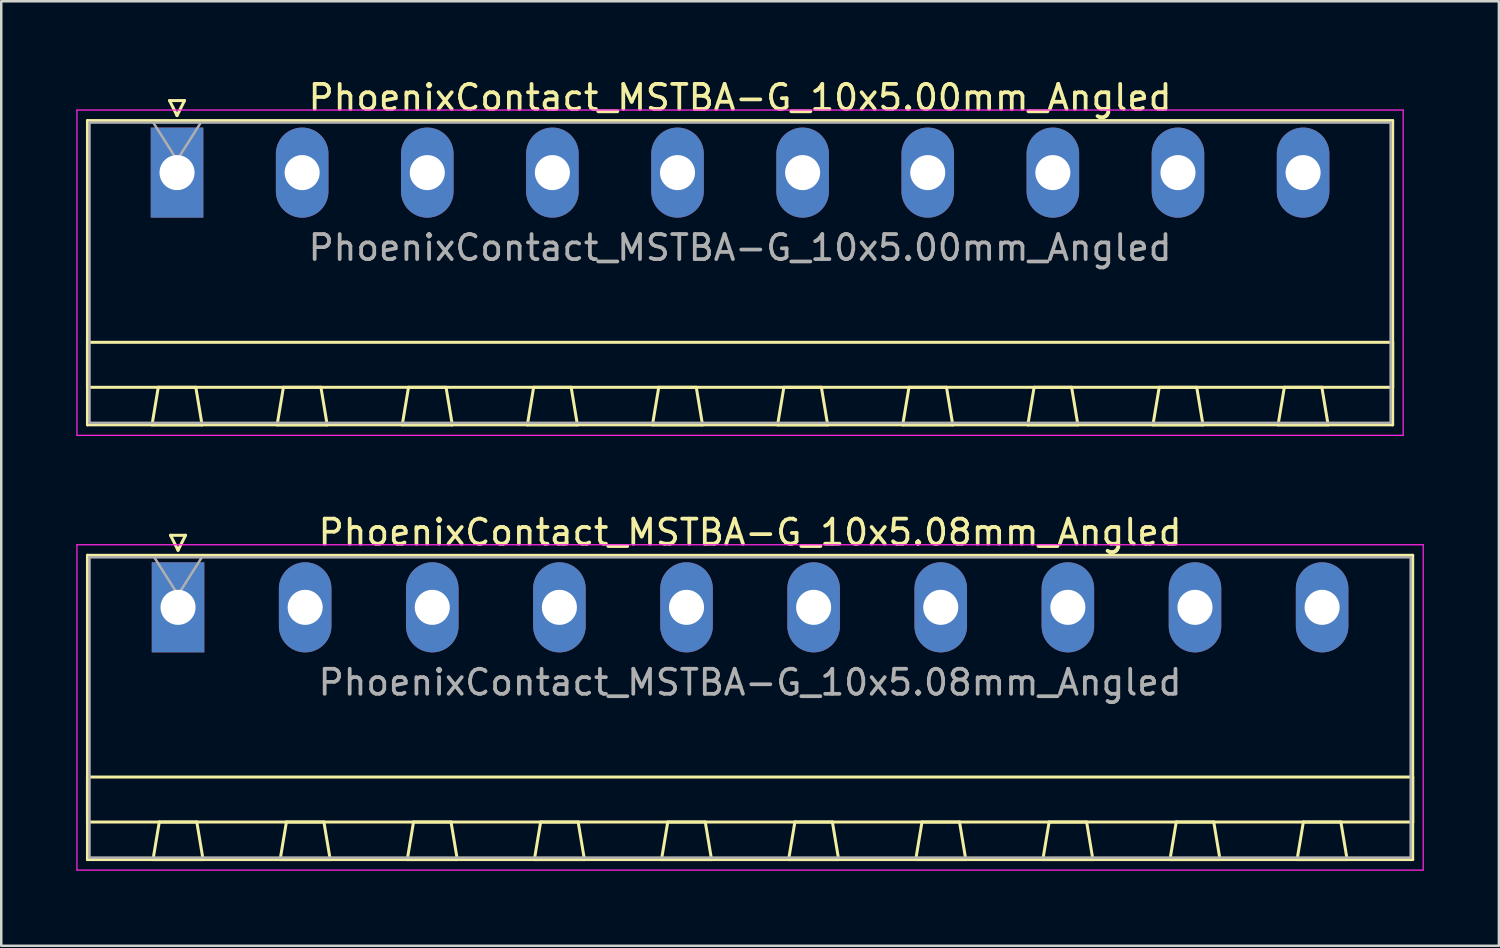
<source format=kicad_pcb>
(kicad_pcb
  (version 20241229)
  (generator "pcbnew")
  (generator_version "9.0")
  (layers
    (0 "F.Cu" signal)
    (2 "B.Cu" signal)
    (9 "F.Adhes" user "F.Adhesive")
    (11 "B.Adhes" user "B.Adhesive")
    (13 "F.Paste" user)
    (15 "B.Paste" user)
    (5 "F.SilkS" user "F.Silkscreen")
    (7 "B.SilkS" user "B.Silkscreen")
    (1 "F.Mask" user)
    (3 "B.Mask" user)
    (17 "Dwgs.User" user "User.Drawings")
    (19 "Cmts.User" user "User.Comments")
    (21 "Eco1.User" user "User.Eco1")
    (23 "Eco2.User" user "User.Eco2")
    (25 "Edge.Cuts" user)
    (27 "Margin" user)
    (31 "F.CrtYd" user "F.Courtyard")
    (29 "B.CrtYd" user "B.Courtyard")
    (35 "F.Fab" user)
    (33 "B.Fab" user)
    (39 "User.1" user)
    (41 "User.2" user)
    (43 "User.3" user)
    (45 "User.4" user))
  (footprint "PhoenixContact_MSTBA-G_10x5.08mm_Angled"
    (layer "F.Cu")
    (at 4.065 21.221)
    (property "Reference" "PhoenixContact_MSTBA-G_10x5.08mm_Angled" (at 22.86 -3 0) (layer "F.SilkS") (effects (font (size 1 1) (thickness 0.15))))
    (attr through_hole)
    (fp_line (start -3.62 -2.08) (end -3.62 10.08) (stroke (width 0.12) (type solid)) (layer "F.SilkS"))
    (fp_line (start -3.62 6.78) (end 49.34 6.78) (stroke (width 0.12) (type solid)) (layer "F.SilkS"))
    (fp_line (start -3.62 8.58) (end -3.62 6.78) (stroke (width 0.12) (type solid)) (layer "F.SilkS"))
    (fp_line (start -3.62 10.08) (end 49.34 10.08) (stroke (width 0.12) (type solid)) (layer "F.SilkS"))
    (fp_line (start -1 10.08) (end 1 10.08) (stroke (width 0.12) (type solid)) (layer "F.SilkS"))
    (fp_line (start -0.75 8.58) (end -1 10.08) (stroke (width 0.12) (type solid)) (layer "F.SilkS"))
    (fp_line (start -0.3 -2.88) (end 0.3 -2.88) (stroke (width 0.12) (type solid)) (layer "F.SilkS"))
    (fp_line (start 0 -2.28) (end -0.3 -2.88) (stroke (width 0.12) (type solid)) (layer "F.SilkS"))
    (fp_line (start 0.3 -2.88) (end 0 -2.28) (stroke (width 0.12) (type solid)) (layer "F.SilkS"))
    (fp_line (start 0.75 8.58) (end -0.75 8.58) (stroke (width 0.12) (type solid)) (layer "F.SilkS"))
    (fp_line (start 1 10.08) (end 0.75 8.58) (stroke (width 0.12) (type solid)) (layer "F.SilkS"))
    (fp_line (start 4.08 10.08) (end 6.08 10.08) (stroke (width 0.12) (type solid)) (layer "F.SilkS"))
    (fp_line (start 4.33 8.58) (end 4.08 10.08) (stroke (width 0.12) (type solid)) (layer "F.SilkS"))
    (fp_line (start 5.83 8.58) (end 4.33 8.58) (stroke (width 0.12) (type solid)) (layer "F.SilkS"))
    (fp_line (start 6.08 10.08) (end 5.83 8.58) (stroke (width 0.12) (type solid)) (layer "F.SilkS"))
    (fp_line (start 9.16 10.08) (end 11.16 10.08) (stroke (width 0.12) (type solid)) (layer "F.SilkS"))
    (fp_line (start 9.41 8.58) (end 9.16 10.08) (stroke (width 0.12) (type solid)) (layer "F.SilkS"))
    (fp_line (start 10.91 8.58) (end 9.41 8.58) (stroke (width 0.12) (type solid)) (layer "F.SilkS"))
    (fp_line (start 11.16 10.08) (end 10.91 8.58) (stroke (width 0.12) (type solid)) (layer "F.SilkS"))
    (fp_line (start 14.24 10.08) (end 16.24 10.08) (stroke (width 0.12) (type solid)) (layer "F.SilkS"))
    (fp_line (start 14.49 8.58) (end 14.24 10.08) (stroke (width 0.12) (type solid)) (layer "F.SilkS"))
    (fp_line (start 15.99 8.58) (end 14.49 8.58) (stroke (width 0.12) (type solid)) (layer "F.SilkS"))
    (fp_line (start 16.24 10.08) (end 15.99 8.58) (stroke (width 0.12) (type solid)) (layer "F.SilkS"))
    (fp_line (start 19.32 10.08) (end 21.32 10.08) (stroke (width 0.12) (type solid)) (layer "F.SilkS"))
    (fp_line (start 19.57 8.58) (end 19.32 10.08) (stroke (width 0.12) (type solid)) (layer "F.SilkS"))
    (fp_line (start 21.07 8.58) (end 19.57 8.58) (stroke (width 0.12) (type solid)) (layer "F.SilkS"))
    (fp_line (start 21.32 10.08) (end 21.07 8.58) (stroke (width 0.12) (type solid)) (layer "F.SilkS"))
    (fp_line (start 24.4 10.08) (end 26.4 10.08) (stroke (width 0.12) (type solid)) (layer "F.SilkS"))
    (fp_line (start 24.65 8.58) (end 24.4 10.08) (stroke (width 0.12) (type solid)) (layer "F.SilkS"))
    (fp_line (start 26.15 8.58) (end 24.65 8.58) (stroke (width 0.12) (type solid)) (layer "F.SilkS"))
    (fp_line (start 26.4 10.08) (end 26.15 8.58) (stroke (width 0.12) (type solid)) (layer "F.SilkS"))
    (fp_line (start 29.48 10.08) (end 31.48 10.08) (stroke (width 0.12) (type solid)) (layer "F.SilkS"))
    (fp_line (start 29.73 8.58) (end 29.48 10.08) (stroke (width 0.12) (type solid)) (layer "F.SilkS"))
    (fp_line (start 31.23 8.58) (end 29.73 8.58) (stroke (width 0.12) (type solid)) (layer "F.SilkS"))
    (fp_line (start 31.48 10.08) (end 31.23 8.58) (stroke (width 0.12) (type solid)) (layer "F.SilkS"))
    (fp_line (start 34.56 10.08) (end 36.56 10.08) (stroke (width 0.12) (type solid)) (layer "F.SilkS"))
    (fp_line (start 34.81 8.58) (end 34.56 10.08) (stroke (width 0.12) (type solid)) (layer "F.SilkS"))
    (fp_line (start 36.31 8.58) (end 34.81 8.58) (stroke (width 0.12) (type solid)) (layer "F.SilkS"))
    (fp_line (start 36.56 10.08) (end 36.31 8.58) (stroke (width 0.12) (type solid)) (layer "F.SilkS"))
    (fp_line (start 39.64 10.08) (end 41.64 10.08) (stroke (width 0.12) (type solid)) (layer "F.SilkS"))
    (fp_line (start 39.89 8.58) (end 39.64 10.08) (stroke (width 0.12) (type solid)) (layer "F.SilkS"))
    (fp_line (start 41.39 8.58) (end 39.89 8.58) (stroke (width 0.12) (type solid)) (layer "F.SilkS"))
    (fp_line (start 41.64 10.08) (end 41.39 8.58) (stroke (width 0.12) (type solid)) (layer "F.SilkS"))
    (fp_line (start 44.72 10.08) (end 46.72 10.08) (stroke (width 0.12) (type solid)) (layer "F.SilkS"))
    (fp_line (start 44.97 8.58) (end 44.72 10.08) (stroke (width 0.12) (type solid)) (layer "F.SilkS"))
    (fp_line (start 46.47 8.58) (end 44.97 8.58) (stroke (width 0.12) (type solid)) (layer "F.SilkS"))
    (fp_line (start 46.72 10.08) (end 46.47 8.58) (stroke (width 0.12) (type solid)) (layer "F.SilkS"))
    (fp_line (start 49.34 -2.08) (end -3.62 -2.08) (stroke (width 0.12) (type solid)) (layer "F.SilkS"))
    (fp_line (start 49.34 6.78) (end 49.34 8.58) (stroke (width 0.12) (type solid)) (layer "F.SilkS"))
    (fp_line (start 49.34 8.58) (end -3.62 8.58) (stroke (width 0.12) (type solid)) (layer "F.SilkS"))
    (fp_line (start 49.34 10.08) (end 49.34 -2.08) (stroke (width 0.12) (type solid)) (layer "F.SilkS"))
    (fp_line (start -4.04 -2.5) (end -4.04 10.5) (stroke (width 0.05) (type solid)) (layer "F.CrtYd"))
    (fp_line (start -4.04 10.5) (end 49.76 10.5) (stroke (width 0.05) (type solid)) (layer "F.CrtYd"))
    (fp_line (start 49.76 -2.5) (end -4.04 -2.5) (stroke (width 0.05) (type solid)) (layer "F.CrtYd"))
    (fp_line (start 49.76 10.5) (end 49.76 -2.5) (stroke (width 0.05) (type solid)) (layer "F.CrtYd"))
    (fp_line (start -3.54 -2) (end -3.54 10) (stroke (width 0.1) (type solid)) (layer "F.Fab"))
    (fp_line (start -3.54 10) (end 49.26 10) (stroke (width 0.1) (type solid)) (layer "F.Fab"))
    (fp_line (start 0 -0.5) (end -0.95 -2) (stroke (width 0.1) (type solid)) (layer "F.Fab"))
    (fp_line (start 0.95 -2) (end 0 -0.5) (stroke (width 0.1) (type solid)) (layer "F.Fab"))
    (fp_line (start 49.26 -2) (end -3.54 -2) (stroke (width 0.1) (type solid)) (layer "F.Fab"))
    (fp_line (start 49.26 10) (end 49.26 -2) (stroke (width 0.1) (type solid)) (layer "F.Fab"))
    (fp_text user "${REFERENCE}" (at 22.86 3 0) (layer "F.Fab") (effects (font (size 1 1) (thickness 0.15))))
    (pad "1" thru_hole rect (at 0 0) (size 2.1 3.6) (drill 1.4) (layers "*.Cu" "*.Mask"))
    (pad "2" thru_hole oval (at 5.08 0) (size 2.1 3.6) (drill 1.4) (layers "*.Cu" "*.Mask"))
    (pad "3" thru_hole oval (at 10.16 0) (size 2.1 3.6) (drill 1.4) (layers "*.Cu" "*.Mask"))
    (pad "4" thru_hole oval (at 15.24 0) (size 2.1 3.6) (drill 1.4) (layers "*.Cu" "*.Mask"))
    (pad "5" thru_hole oval (at 20.32 0) (size 2.1 3.6) (drill 1.4) (layers "*.Cu" "*.Mask"))
    (pad "6" thru_hole oval (at 25.4 0) (size 2.1 3.6) (drill 1.4) (layers "*.Cu" "*.Mask"))
    (pad "7" thru_hole oval (at 30.48 0) (size 2.1 3.6) (drill 1.4) (layers "*.Cu" "*.Mask"))
    (pad "8" thru_hole oval (at 35.56 0) (size 2.1 3.6) (drill 1.4) (layers "*.Cu" "*.Mask"))
    (pad "9" thru_hole oval (at 40.64 0) (size 2.1 3.6) (drill 1.4) (layers "*.Cu" "*.Mask"))
    (pad "10" thru_hole oval (at 45.72 0) (size 2.1 3.6) (drill 1.4) (layers "*.Cu" "*.Mask")))
  (footprint "PhoenixContact_MSTBA-G_10x5.00mm_Angled"
    (layer "F.Cu")
    (at 4.025 3.848)
    (property "Reference" "PhoenixContact_MSTBA-G_10x5.00mm_Angled" (at 22.5 -3 0) (layer "F.SilkS") (effects (font (size 1 1) (thickness 0.15))))
    (attr through_hole)
    (fp_line (start -3.58 -2.08) (end -3.58 10.08) (stroke (width 0.12) (type solid)) (layer "F.SilkS"))
    (fp_line (start -3.58 6.78) (end 48.58 6.78) (stroke (width 0.12) (type solid)) (layer "F.SilkS"))
    (fp_line (start -3.58 8.58) (end -3.58 6.78) (stroke (width 0.12) (type solid)) (layer "F.SilkS"))
    (fp_line (start -3.58 10.08) (end 48.58 10.08) (stroke (width 0.12) (type solid)) (layer "F.SilkS"))
    (fp_line (start -1 10.08) (end 1 10.08) (stroke (width 0.12) (type solid)) (layer "F.SilkS"))
    (fp_line (start -0.75 8.58) (end -1 10.08) (stroke (width 0.12) (type solid)) (layer "F.SilkS"))
    (fp_line (start -0.3 -2.88) (end 0.3 -2.88) (stroke (width 0.12) (type solid)) (layer "F.SilkS"))
    (fp_line (start 0 -2.28) (end -0.3 -2.88) (stroke (width 0.12) (type solid)) (layer "F.SilkS"))
    (fp_line (start 0.3 -2.88) (end 0 -2.28) (stroke (width 0.12) (type solid)) (layer "F.SilkS"))
    (fp_line (start 0.75 8.58) (end -0.75 8.58) (stroke (width 0.12) (type solid)) (layer "F.SilkS"))
    (fp_line (start 1 10.08) (end 0.75 8.58) (stroke (width 0.12) (type solid)) (layer "F.SilkS"))
    (fp_line (start 4 10.08) (end 6 10.08) (stroke (width 0.12) (type solid)) (layer "F.SilkS"))
    (fp_line (start 4.25 8.58) (end 4 10.08) (stroke (width 0.12) (type solid)) (layer "F.SilkS"))
    (fp_line (start 5.75 8.58) (end 4.25 8.58) (stroke (width 0.12) (type solid)) (layer "F.SilkS"))
    (fp_line (start 6 10.08) (end 5.75 8.58) (stroke (width 0.12) (type solid)) (layer "F.SilkS"))
    (fp_line (start 9 10.08) (end 11 10.08) (stroke (width 0.12) (type solid)) (layer "F.SilkS"))
    (fp_line (start 9.25 8.58) (end 9 10.08) (stroke (width 0.12) (type solid)) (layer "F.SilkS"))
    (fp_line (start 10.75 8.58) (end 9.25 8.58) (stroke (width 0.12) (type solid)) (layer "F.SilkS"))
    (fp_line (start 11 10.08) (end 10.75 8.58) (stroke (width 0.12) (type solid)) (layer "F.SilkS"))
    (fp_line (start 14 10.08) (end 16 10.08) (stroke (width 0.12) (type solid)) (layer "F.SilkS"))
    (fp_line (start 14.25 8.58) (end 14 10.08) (stroke (width 0.12) (type solid)) (layer "F.SilkS"))
    (fp_line (start 15.75 8.58) (end 14.25 8.58) (stroke (width 0.12) (type solid)) (layer "F.SilkS"))
    (fp_line (start 16 10.08) (end 15.75 8.58) (stroke (width 0.12) (type solid)) (layer "F.SilkS"))
    (fp_line (start 19 10.08) (end 21 10.08) (stroke (width 0.12) (type solid)) (layer "F.SilkS"))
    (fp_line (start 19.25 8.58) (end 19 10.08) (stroke (width 0.12) (type solid)) (layer "F.SilkS"))
    (fp_line (start 20.75 8.58) (end 19.25 8.58) (stroke (width 0.12) (type solid)) (layer "F.SilkS"))
    (fp_line (start 21 10.08) (end 20.75 8.58) (stroke (width 0.12) (type solid)) (layer "F.SilkS"))
    (fp_line (start 24 10.08) (end 26 10.08) (stroke (width 0.12) (type solid)) (layer "F.SilkS"))
    (fp_line (start 24.25 8.58) (end 24 10.08) (stroke (width 0.12) (type solid)) (layer "F.SilkS"))
    (fp_line (start 25.75 8.58) (end 24.25 8.58) (stroke (width 0.12) (type solid)) (layer "F.SilkS"))
    (fp_line (start 26 10.08) (end 25.75 8.58) (stroke (width 0.12) (type solid)) (layer "F.SilkS"))
    (fp_line (start 29 10.08) (end 31 10.08) (stroke (width 0.12) (type solid)) (layer "F.SilkS"))
    (fp_line (start 29.25 8.58) (end 29 10.08) (stroke (width 0.12) (type solid)) (layer "F.SilkS"))
    (fp_line (start 30.75 8.58) (end 29.25 8.58) (stroke (width 0.12) (type solid)) (layer "F.SilkS"))
    (fp_line (start 31 10.08) (end 30.75 8.58) (stroke (width 0.12) (type solid)) (layer "F.SilkS"))
    (fp_line (start 34 10.08) (end 36 10.08) (stroke (width 0.12) (type solid)) (layer "F.SilkS"))
    (fp_line (start 34.25 8.58) (end 34 10.08) (stroke (width 0.12) (type solid)) (layer "F.SilkS"))
    (fp_line (start 35.75 8.58) (end 34.25 8.58) (stroke (width 0.12) (type solid)) (layer "F.SilkS"))
    (fp_line (start 36 10.08) (end 35.75 8.58) (stroke (width 0.12) (type solid)) (layer "F.SilkS"))
    (fp_line (start 39 10.08) (end 41 10.08) (stroke (width 0.12) (type solid)) (layer "F.SilkS"))
    (fp_line (start 39.25 8.58) (end 39 10.08) (stroke (width 0.12) (type solid)) (layer "F.SilkS"))
    (fp_line (start 40.75 8.58) (end 39.25 8.58) (stroke (width 0.12) (type solid)) (layer "F.SilkS"))
    (fp_line (start 41 10.08) (end 40.75 8.58) (stroke (width 0.12) (type solid)) (layer "F.SilkS"))
    (fp_line (start 44 10.08) (end 46 10.08) (stroke (width 0.12) (type solid)) (layer "F.SilkS"))
    (fp_line (start 44.25 8.58) (end 44 10.08) (stroke (width 0.12) (type solid)) (layer "F.SilkS"))
    (fp_line (start 45.75 8.58) (end 44.25 8.58) (stroke (width 0.12) (type solid)) (layer "F.SilkS"))
    (fp_line (start 46 10.08) (end 45.75 8.58) (stroke (width 0.12) (type solid)) (layer "F.SilkS"))
    (fp_line (start 48.58 -2.08) (end -3.58 -2.08) (stroke (width 0.12) (type solid)) (layer "F.SilkS"))
    (fp_line (start 48.58 6.78) (end 48.58 8.58) (stroke (width 0.12) (type solid)) (layer "F.SilkS"))
    (fp_line (start 48.58 8.58) (end -3.58 8.58) (stroke (width 0.12) (type solid)) (layer "F.SilkS"))
    (fp_line (start 48.58 10.08) (end 48.58 -2.08) (stroke (width 0.12) (type solid)) (layer "F.SilkS"))
    (fp_line (start -4 -2.5) (end -4 10.5) (stroke (width 0.05) (type solid)) (layer "F.CrtYd"))
    (fp_line (start -4 10.5) (end 49 10.5) (stroke (width 0.05) (type solid)) (layer "F.CrtYd"))
    (fp_line (start 49 -2.5) (end -4 -2.5) (stroke (width 0.05) (type solid)) (layer "F.CrtYd"))
    (fp_line (start 49 10.5) (end 49 -2.5) (stroke (width 0.05) (type solid)) (layer "F.CrtYd"))
    (fp_line (start -3.5 -2) (end -3.5 10) (stroke (width 0.1) (type solid)) (layer "F.Fab"))
    (fp_line (start -3.5 10) (end 48.5 10) (stroke (width 0.1) (type solid)) (layer "F.Fab"))
    (fp_line (start 0 -0.5) (end -0.95 -2) (stroke (width 0.1) (type solid)) (layer "F.Fab"))
    (fp_line (start 0.95 -2) (end 0 -0.5) (stroke (width 0.1) (type solid)) (layer "F.Fab"))
    (fp_line (start 48.5 -2) (end -3.5 -2) (stroke (width 0.1) (type solid)) (layer "F.Fab"))
    (fp_line (start 48.5 10) (end 48.5 -2) (stroke (width 0.1) (type solid)) (layer "F.Fab"))
    (fp_text user "${REFERENCE}" (at 22.5 3 0) (layer "F.Fab") (effects (font (size 1 1) (thickness 0.15))))
    (pad "1" thru_hole rect (at 0 0) (size 2.1 3.6) (drill 1.4) (layers "*.Cu" "*.Mask"))
    (pad "2" thru_hole oval (at 5 0) (size 2.1 3.6) (drill 1.4) (layers "*.Cu" "*.Mask"))
    (pad "3" thru_hole oval (at 10 0) (size 2.1 3.6) (drill 1.4) (layers "*.Cu" "*.Mask"))
    (pad "4" thru_hole oval (at 15 0) (size 2.1 3.6) (drill 1.4) (layers "*.Cu" "*.Mask"))
    (pad "5" thru_hole oval (at 20 0) (size 2.1 3.6) (drill 1.4) (layers "*.Cu" "*.Mask"))
    (pad "6" thru_hole oval (at 25 0) (size 2.1 3.6) (drill 1.4) (layers "*.Cu" "*.Mask"))
    (pad "7" thru_hole oval (at 30 0) (size 2.1 3.6) (drill 1.4) (layers "*.Cu" "*.Mask"))
    (pad "8" thru_hole oval (at 35 0) (size 2.1 3.6) (drill 1.4) (layers "*.Cu" "*.Mask"))
    (pad "9" thru_hole oval (at 40 0) (size 2.1 3.6) (drill 1.4) (layers "*.Cu" "*.Mask"))
    (pad "10" thru_hole oval (at 45 0) (size 2.1 3.6) (drill 1.4) (layers "*.Cu" "*.Mask")))
  (gr_rect
    (start -3 -3)
    (end 56.85 34.746)
    (stroke (width 0.1) (type default))
    (fill no)
    (layer "Edge.Cuts")))
</source>
